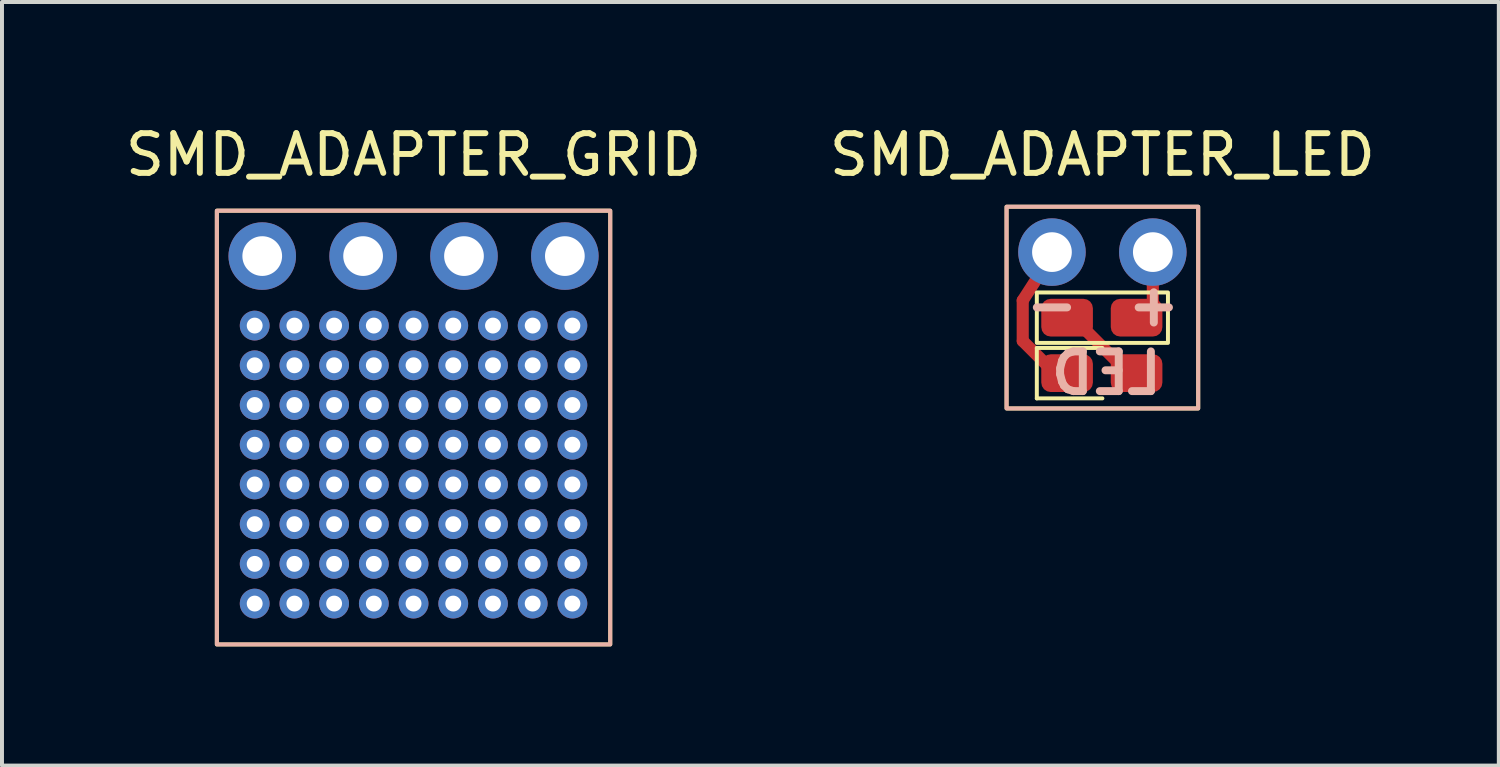
<source format=kicad_pcb>
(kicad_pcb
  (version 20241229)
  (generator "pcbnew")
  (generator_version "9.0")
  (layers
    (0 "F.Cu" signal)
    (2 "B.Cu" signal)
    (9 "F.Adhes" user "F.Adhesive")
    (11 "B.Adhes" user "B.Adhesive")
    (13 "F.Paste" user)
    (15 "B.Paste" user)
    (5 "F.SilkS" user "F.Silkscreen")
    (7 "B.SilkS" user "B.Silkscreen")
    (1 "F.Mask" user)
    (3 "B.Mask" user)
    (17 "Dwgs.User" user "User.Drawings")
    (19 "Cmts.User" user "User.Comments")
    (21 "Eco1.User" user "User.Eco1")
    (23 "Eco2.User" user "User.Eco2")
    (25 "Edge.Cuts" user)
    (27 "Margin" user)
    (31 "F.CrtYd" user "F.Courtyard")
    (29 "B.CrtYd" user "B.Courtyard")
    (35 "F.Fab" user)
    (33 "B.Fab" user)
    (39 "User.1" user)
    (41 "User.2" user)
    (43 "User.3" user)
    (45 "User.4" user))
  (footprint "SMD_ADAPTER_LED"
    (layer "F.Cu")
    (at 24.708 3.298)
    (property "Reference" "SMD_ADAPTER_LED" (at 0 -2.45 0) (layer "F.SilkS") (effects (font (size 1 1) (thickness 0.15))))
    (attr smd)
    (fp_line (start -2.006 1.218) (end -2.006 2.235) (stroke (width 0.305) (type default)) (layer "F.Cu"))
    (fp_line (start -2.006 1.218) (end -1.27 0.076) (stroke (width 0.305) (type default)) (layer "F.Cu"))
    (fp_line (start -2.004 2.238) (end -1.392 2.85) (stroke (width 0.305) (type default)) (layer "F.Cu"))
    (fp_line (start 0.711 3.099) (end -0.753 1.635) (stroke (width 0.305) (type default)) (layer "F.Cu"))
    (fp_line (start 1.27 1.841) (end 1.27 0.191) (stroke (width 0.305) (type default)) (layer "F.Cu"))
    (fp_line (start -1.651 2.413) (end -1.651 3.683) (stroke (width 0.1) (type default)) (layer "F.SilkS"))
    (fp_line (start -1.651 3.683) (end 0 3.683) (stroke (width 0.1) (type default)) (layer "F.SilkS"))
    (fp_line (start 0 2.413) (end -1.651 2.413) (stroke (width 0.1) (type default)) (layer "F.SilkS"))
    (fp_rect (start -2.413 -1.143) (end 2.413 3.937) (stroke (width 0.1) (type default)) (fill no) (layer "F.SilkS"))
    (fp_poly (pts (xy 1.651 2.286) (xy -1.651 2.286) (xy -1.651 1.016) (xy 1.651 1.016)) (stroke (width 0.1) (type default)) (fill no) (layer "F.SilkS"))
    (fp_rect (start -2.413 -1.143) (end 2.413 3.937) (stroke (width 0.1) (type default)) (fill no) (layer "B.SilkS"))
    (fp_text user "LED" (at 0.102 3.048 0) (unlocked yes) (layer "B.SilkS") (effects (font (size 1 1) (thickness 0.2) (bold yes)) (justify mirror)))
    (fp_text user "+" (at 1.295 1.321 0) (unlocked yes) (layer "B.SilkS") (effects (font (size 1 1) (thickness 0.2) (bold yes)) (justify mirror)))
    (fp_text user "-" (at -1.27 1.321 0) (unlocked yes) (layer "B.SilkS") (effects (font (size 1 1) (thickness 0.2) (bold yes)) (justify mirror)))
    (pad "1" thru_hole circle (at -1.27 0) (size 1.7 1.7) (drill 1) (layers "*.Cu" "*.Mask"))
    (pad "1" smd roundrect (at -0.889 3.048 180) (size 1.3 0.95) (layers "F.Cu" "F.Mask" "F.Paste") (roundrect_rratio 0.25))
    (pad "2" smd roundrect (at 0.861 1.651 180) (size 1.3 0.95) (layers "F.Cu" "F.Mask" "F.Paste") (roundrect_rratio 0.25))
    (pad "2" thru_hole circle (at 1.27 0) (size 1.7 1.7) (drill 1) (layers "*.Cu" "*.Mask"))
    (pad "3" smd roundrect (at -0.889 1.651 180) (size 1.3 0.95) (layers "F.Cu" "F.Mask" "F.Paste") (roundrect_rratio 0.25))
    (pad "3" smd roundrect (at 0.861 3.048 180) (size 1.3 0.95) (layers "F.Cu" "F.Mask" "F.Paste") (roundrect_rratio 0.25)))
  (footprint "SMD_ADAPTER_GRID"
    (layer "F.Cu")
    (at 7.363 3.398)
    (property "Reference" "SMD_ADAPTER_GRID" (at 0 -2.55 0) (layer "F.SilkS") (effects (font (size 1 1) (thickness 0.15))))
    (attr smd)
    (fp_rect (start -4.953 -1.143) (end 4.953 9.779) (stroke (width 0.1) (type solid)) (fill no) (layer "F.SilkS"))
    (fp_rect (start -4.953 -1.143) (end 4.953 9.779) (stroke (width 0.1) (type solid)) (fill no) (layer "B.SilkS"))
    (pad "" thru_hole circle (at -4 1.75) (size 0.75 0.75) (drill 0.4) (layers "*.Cu" "*.Mask"))
    (pad "" thru_hole circle (at -4 2.75) (size 0.75 0.75) (drill 0.4) (layers "*.Cu" "*.Mask"))
    (pad "" thru_hole circle (at -4 3.75) (size 0.75 0.75) (drill 0.4) (layers "*.Cu" "*.Mask"))
    (pad "" thru_hole circle (at -4 4.75) (size 0.75 0.75) (drill 0.4) (layers "*.Cu" "*.Mask"))
    (pad "" thru_hole circle (at -4 5.75) (size 0.75 0.75) (drill 0.4) (layers "*.Cu" "*.Mask"))
    (pad "" thru_hole circle (at -4 6.75) (size 0.75 0.75) (drill 0.4) (layers "*.Cu" "*.Mask"))
    (pad "" thru_hole circle (at -4 7.75) (size 0.75 0.75) (drill 0.4) (layers "*.Cu" "*.Mask"))
    (pad "" thru_hole circle (at -4 8.75) (size 0.75 0.75) (drill 0.4) (layers "*.Cu" "*.Mask"))
    (pad "" thru_hole circle (at -3 1.75) (size 0.75 0.75) (drill 0.4) (layers "*.Cu" "*.Mask"))
    (pad "" thru_hole circle (at -3 2.75) (size 0.75 0.75) (drill 0.4) (layers "*.Cu" "*.Mask"))
    (pad "" thru_hole circle (at -3 3.75) (size 0.75 0.75) (drill 0.4) (layers "*.Cu" "*.Mask"))
    (pad "" thru_hole circle (at -3 4.75) (size 0.75 0.75) (drill 0.4) (layers "*.Cu" "*.Mask"))
    (pad "" thru_hole circle (at -3 5.75) (size 0.75 0.75) (drill 0.4) (layers "*.Cu" "*.Mask"))
    (pad "" thru_hole circle (at -3 6.75) (size 0.75 0.75) (drill 0.4) (layers "*.Cu" "*.Mask"))
    (pad "" thru_hole circle (at -3 7.75) (size 0.75 0.75) (drill 0.4) (layers "*.Cu" "*.Mask"))
    (pad "" thru_hole circle (at -3 8.75) (size 0.75 0.75) (drill 0.4) (layers "*.Cu" "*.Mask"))
    (pad "" thru_hole circle (at -2 1.75) (size 0.75 0.75) (drill 0.4) (layers "*.Cu" "*.Mask"))
    (pad "" thru_hole circle (at -2 2.75) (size 0.75 0.75) (drill 0.4) (layers "*.Cu" "*.Mask"))
    (pad "" thru_hole circle (at -2 3.75) (size 0.75 0.75) (drill 0.4) (layers "*.Cu" "*.Mask"))
    (pad "" thru_hole circle (at -2 4.75) (size 0.75 0.75) (drill 0.4) (layers "*.Cu" "*.Mask"))
    (pad "" thru_hole circle (at -2 5.75) (size 0.75 0.75) (drill 0.4) (layers "*.Cu" "*.Mask"))
    (pad "" thru_hole circle (at -2 6.75) (size 0.75 0.75) (drill 0.4) (layers "*.Cu" "*.Mask"))
    (pad "" thru_hole circle (at -2 7.75) (size 0.75 0.75) (drill 0.4) (layers "*.Cu" "*.Mask"))
    (pad "" thru_hole circle (at -2 8.75) (size 0.75 0.75) (drill 0.4) (layers "*.Cu" "*.Mask"))
    (pad "" thru_hole circle (at -1 1.75) (size 0.75 0.75) (drill 0.4) (layers "*.Cu" "*.Mask"))
    (pad "" thru_hole circle (at -1 2.75) (size 0.75 0.75) (drill 0.4) (layers "*.Cu" "*.Mask"))
    (pad "" thru_hole circle (at -1 3.75) (size 0.75 0.75) (drill 0.4) (layers "*.Cu" "*.Mask"))
    (pad "" thru_hole circle (at -1 4.75) (size 0.75 0.75) (drill 0.4) (layers "*.Cu" "*.Mask"))
    (pad "" thru_hole circle (at -1 5.75) (size 0.75 0.75) (drill 0.4) (layers "*.Cu" "*.Mask"))
    (pad "" thru_hole circle (at -1 6.75) (size 0.75 0.75) (drill 0.4) (layers "*.Cu" "*.Mask"))
    (pad "" thru_hole circle (at -1 7.75) (size 0.75 0.75) (drill 0.4) (layers "*.Cu" "*.Mask"))
    (pad "" thru_hole circle (at -1 8.75) (size 0.75 0.75) (drill 0.4) (layers "*.Cu" "*.Mask"))
    (pad "" thru_hole circle (at 0 1.75) (size 0.75 0.75) (drill 0.4) (layers "*.Cu" "*.Mask"))
    (pad "" thru_hole circle (at 0 2.75) (size 0.75 0.75) (drill 0.4) (layers "*.Cu" "*.Mask"))
    (pad "" thru_hole circle (at 0 3.75) (size 0.75 0.75) (drill 0.4) (layers "*.Cu" "*.Mask"))
    (pad "" thru_hole circle (at 0 4.75) (size 0.75 0.75) (drill 0.4) (layers "*.Cu" "*.Mask"))
    (pad "" thru_hole circle (at 0 5.75) (size 0.75 0.75) (drill 0.4) (layers "*.Cu" "*.Mask"))
    (pad "" thru_hole circle (at 0 6.75) (size 0.75 0.75) (drill 0.4) (layers "*.Cu" "*.Mask"))
    (pad "" thru_hole circle (at 0 7.75) (size 0.75 0.75) (drill 0.4) (layers "*.Cu" "*.Mask"))
    (pad "" thru_hole circle (at 0 8.75) (size 0.75 0.75) (drill 0.4) (layers "*.Cu" "*.Mask"))
    (pad "" thru_hole circle (at 1 1.75) (size 0.75 0.75) (drill 0.4) (layers "*.Cu" "*.Mask"))
    (pad "" thru_hole circle (at 1 2.75) (size 0.75 0.75) (drill 0.4) (layers "*.Cu" "*.Mask"))
    (pad "" thru_hole circle (at 1 3.75) (size 0.75 0.75) (drill 0.4) (layers "*.Cu" "*.Mask"))
    (pad "" thru_hole circle (at 1 4.75) (size 0.75 0.75) (drill 0.4) (layers "*.Cu" "*.Mask"))
    (pad "" thru_hole circle (at 1 5.75) (size 0.75 0.75) (drill 0.4) (layers "*.Cu" "*.Mask"))
    (pad "" thru_hole circle (at 1 6.75) (size 0.75 0.75) (drill 0.4) (layers "*.Cu" "*.Mask"))
    (pad "" thru_hole circle (at 1 7.75) (size 0.75 0.75) (drill 0.4) (layers "*.Cu" "*.Mask"))
    (pad "" thru_hole circle (at 1 8.75) (size 0.75 0.75) (drill 0.4) (layers "*.Cu" "*.Mask"))
    (pad "" thru_hole circle (at 2 1.75) (size 0.75 0.75) (drill 0.4) (layers "*.Cu" "*.Mask"))
    (pad "" thru_hole circle (at 2 2.75) (size 0.75 0.75) (drill 0.4) (layers "*.Cu" "*.Mask"))
    (pad "" thru_hole circle (at 2 3.75) (size 0.75 0.75) (drill 0.4) (layers "*.Cu" "*.Mask"))
    (pad "" thru_hole circle (at 2 4.75) (size 0.75 0.75) (drill 0.4) (layers "*.Cu" "*.Mask"))
    (pad "" thru_hole circle (at 2 5.75) (size 0.75 0.75) (drill 0.4) (layers "*.Cu" "*.Mask"))
    (pad "" thru_hole circle (at 2 6.75) (size 0.75 0.75) (drill 0.4) (layers "*.Cu" "*.Mask"))
    (pad "" thru_hole circle (at 2 7.75) (size 0.75 0.75) (drill 0.4) (layers "*.Cu" "*.Mask"))
    (pad "" thru_hole circle (at 2 8.75) (size 0.75 0.75) (drill 0.4) (layers "*.Cu" "*.Mask"))
    (pad "" thru_hole circle (at 3 1.75) (size 0.75 0.75) (drill 0.4) (layers "*.Cu" "*.Mask"))
    (pad "" thru_hole circle (at 3 2.75) (size 0.75 0.75) (drill 0.4) (layers "*.Cu" "*.Mask"))
    (pad "" thru_hole circle (at 3 3.75) (size 0.75 0.75) (drill 0.4) (layers "*.Cu" "*.Mask"))
    (pad "" thru_hole circle (at 3 4.75) (size 0.75 0.75) (drill 0.4) (layers "*.Cu" "*.Mask"))
    (pad "" thru_hole circle (at 3 5.75) (size 0.75 0.75) (drill 0.4) (layers "*.Cu" "*.Mask"))
    (pad "" thru_hole circle (at 3 6.75) (size 0.75 0.75) (drill 0.4) (layers "*.Cu" "*.Mask"))
    (pad "" thru_hole circle (at 3 7.75) (size 0.75 0.75) (drill 0.4) (layers "*.Cu" "*.Mask"))
    (pad "" thru_hole circle (at 3 8.75) (size 0.75 0.75) (drill 0.4) (layers "*.Cu" "*.Mask"))
    (pad "" thru_hole circle (at 4 1.75) (size 0.75 0.75) (drill 0.4) (layers "*.Cu" "*.Mask"))
    (pad "" thru_hole circle (at 4 2.75) (size 0.75 0.75) (drill 0.4) (layers "*.Cu" "*.Mask"))
    (pad "" thru_hole circle (at 4 3.75) (size 0.75 0.75) (drill 0.4) (layers "*.Cu" "*.Mask"))
    (pad "" thru_hole circle (at 4 4.75) (size 0.75 0.75) (drill 0.4) (layers "*.Cu" "*.Mask"))
    (pad "" thru_hole circle (at 4 5.75) (size 0.75 0.75) (drill 0.4) (layers "*.Cu" "*.Mask"))
    (pad "" thru_hole circle (at 4 6.75) (size 0.75 0.75) (drill 0.4) (layers "*.Cu" "*.Mask"))
    (pad "" thru_hole circle (at 4 7.75) (size 0.75 0.75) (drill 0.4) (layers "*.Cu" "*.Mask"))
    (pad "" thru_hole circle (at 4 8.75) (size 0.75 0.75) (drill 0.4) (layers "*.Cu" "*.Mask"))
    (pad "1" thru_hole circle (at -3.81 0) (size 1.7 1.7) (drill 1) (layers "*.Cu" "*.Mask"))
    (pad "2" thru_hole circle (at -1.27 0) (size 1.7 1.7) (drill 1) (layers "*.Cu" "*.Mask"))
    (pad "3" thru_hole circle (at 1.27 0) (size 1.7 1.7) (drill 1) (layers "*.Cu" "*.Mask"))
    (pad "4" thru_hole circle (at 3.81 0) (size 1.7 1.7) (drill 1) (layers "*.Cu" "*.Mask")))
  (gr_rect
    (start -3 -3)
    (end 34.69 16.227)
    (stroke (width 0.1) (type default))
    (fill no)
    (layer "Edge.Cuts")))
</source>
